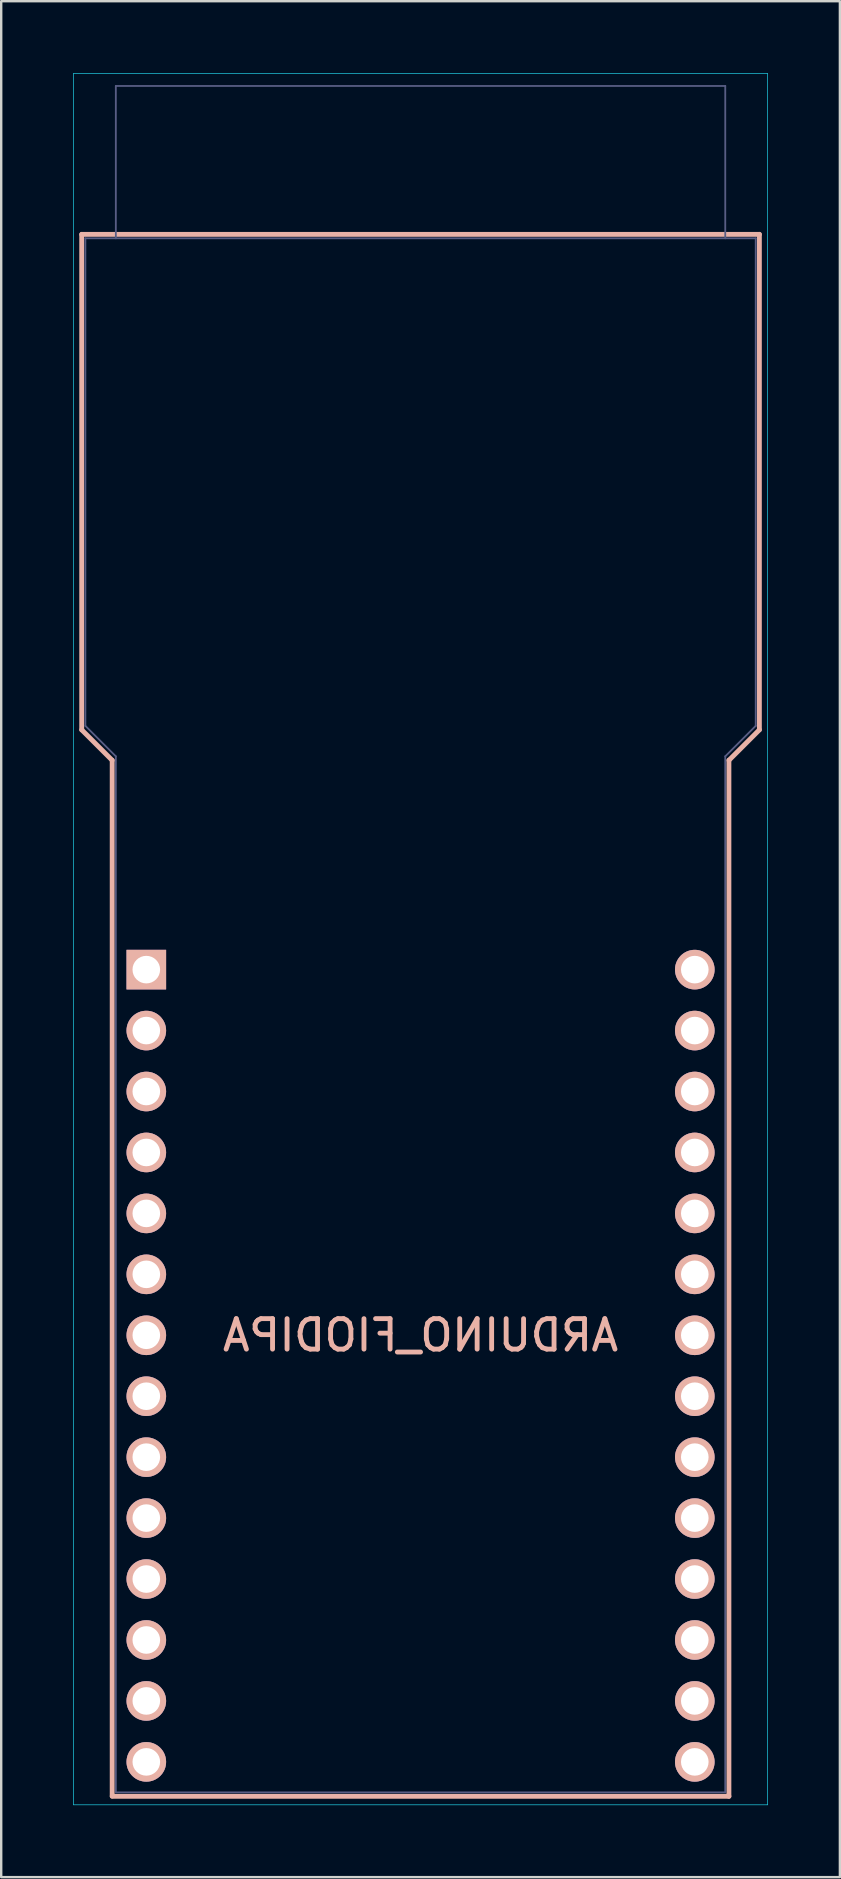
<source format=kicad_pcb>
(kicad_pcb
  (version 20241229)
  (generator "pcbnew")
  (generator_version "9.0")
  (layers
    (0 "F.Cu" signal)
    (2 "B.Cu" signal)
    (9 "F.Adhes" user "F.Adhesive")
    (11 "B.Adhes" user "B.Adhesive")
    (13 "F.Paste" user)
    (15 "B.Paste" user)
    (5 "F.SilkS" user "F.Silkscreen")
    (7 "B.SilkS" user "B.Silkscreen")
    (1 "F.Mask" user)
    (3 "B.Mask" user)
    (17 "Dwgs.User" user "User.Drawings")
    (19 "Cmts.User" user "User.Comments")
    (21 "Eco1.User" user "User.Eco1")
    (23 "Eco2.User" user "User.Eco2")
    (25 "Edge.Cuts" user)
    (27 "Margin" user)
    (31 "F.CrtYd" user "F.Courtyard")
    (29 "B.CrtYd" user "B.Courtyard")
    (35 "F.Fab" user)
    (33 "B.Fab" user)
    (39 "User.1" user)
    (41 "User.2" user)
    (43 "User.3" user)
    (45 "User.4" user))
  (footprint "ARDUINO_FIODIPA"
    (layer "F.Cu")
    (at 14.478 53.873)
    (property "Reference" "ARDUINO_FIODIPA" (at 0 -1.27 0) (layer "B.SilkS") (effects (font (size 1.27 1.27) (thickness 0.203)) (justify mirror)))
    (attr through_hole)
    (fp_line (start -14.122 -47.155) (end -14.122 -26.505) (stroke (width 0.203) (type solid)) (layer "B.SilkS"))
    (fp_line (start -14.122 -26.505) (end -12.852 -25.235) (stroke (width 0.203) (type solid)) (layer "B.SilkS"))
    (fp_line (start -12.852 -25.235) (end -12.852 17.932) (stroke (width 0.203) (type solid)) (layer "B.SilkS"))
    (fp_line (start -12.852 17.945) (end 12.852 17.945) (stroke (width 0.203) (type solid)) (layer "B.SilkS"))
    (fp_line (start 12.852 -25.235) (end 14.122 -26.505) (stroke (width 0.203) (type solid)) (layer "B.SilkS"))
    (fp_line (start 12.852 17.945) (end 12.852 -25.235) (stroke (width 0.203) (type solid)) (layer "B.SilkS"))
    (fp_line (start 14.122 -47.155) (end -14.122 -47.155) (stroke (width 0.203) (type solid)) (layer "B.SilkS"))
    (fp_line (start 14.122 -26.505) (end 14.122 -47.155) (stroke (width 0.203) (type solid)) (layer "B.SilkS"))
    (fp_line (start -14.465 -53.861) (end -14.465 18.301) (stroke (width 0.025) (type solid)) (layer "B.CrtYd"))
    (fp_line (start -14.465 18.301) (end 14.465 18.301) (stroke (width 0.025) (type solid)) (layer "B.CrtYd"))
    (fp_line (start 14.465 -53.861) (end -14.465 -53.861) (stroke (width 0.025) (type solid)) (layer "B.CrtYd"))
    (fp_line (start 14.465 18.301) (end 14.465 -53.861) (stroke (width 0.025) (type solid)) (layer "B.CrtYd"))
    (fp_line (start -13.97 -46.99) (end -13.97 -26.67) (stroke (width 0.076) (type solid)) (layer "B.Fab"))
    (fp_line (start -13.97 -26.67) (end -12.7 -25.4) (stroke (width 0.076) (type solid)) (layer "B.Fab"))
    (fp_line (start -12.7 -53.34) (end -12.7 -46.99) (stroke (width 0.076) (type solid)) (layer "B.Fab"))
    (fp_line (start -12.7 -25.4) (end -12.7 17.78) (stroke (width 0.076) (type solid)) (layer "B.Fab"))
    (fp_line (start -12.7 17.78) (end 12.7 17.78) (stroke (width 0.076) (type solid)) (layer "B.Fab"))
    (fp_line (start 12.7 -53.34) (end -12.7 -53.34) (stroke (width 0.076) (type solid)) (layer "B.Fab"))
    (fp_line (start 12.7 -46.99) (end 12.7 -53.34) (stroke (width 0.076) (type solid)) (layer "B.Fab"))
    (fp_line (start 12.7 -25.4) (end 13.97 -26.67) (stroke (width 0.076) (type solid)) (layer "B.Fab"))
    (fp_line (start 12.7 17.78) (end 12.7 -25.4) (stroke (width 0.076) (type solid)) (layer "B.Fab"))
    (fp_line (start 13.97 -46.99) (end -13.97 -46.99) (stroke (width 0.076) (type solid)) (layer "B.Fab"))
    (fp_line (start 13.97 -26.67) (end 13.97 -46.99) (stroke (width 0.076) (type solid)) (layer "B.Fab"))
    (pad "1" thru_hole rect (at -11.43 -16.51) (size 1.65 1.65) (drill 1.15) (layers "*.Cu" "*.Mask" "B.SilkS"))
    (pad "2" thru_hole circle (at -11.43 -13.97) (size 1.65 1.65) (drill 1.15) (layers "*.Cu" "*.Mask" "B.SilkS"))
    (pad "3" thru_hole circle (at -11.43 -11.43) (size 1.65 1.65) (drill 1.15) (layers "*.Cu" "*.Mask" "B.SilkS"))
    (pad "4" thru_hole circle (at -11.43 -8.89) (size 1.65 1.65) (drill 1.15) (layers "*.Cu" "*.Mask" "B.SilkS"))
    (pad "5" thru_hole circle (at -11.43 -6.35) (size 1.65 1.65) (drill 1.15) (layers "*.Cu" "*.Mask" "B.SilkS"))
    (pad "6" thru_hole circle (at -11.43 -3.81) (size 1.65 1.65) (drill 1.15) (layers "*.Cu" "*.Mask" "B.SilkS"))
    (pad "7" thru_hole circle (at -11.43 -1.27) (size 1.65 1.65) (drill 1.15) (layers "*.Cu" "*.Mask" "B.SilkS"))
    (pad "8" thru_hole circle (at -11.43 1.27) (size 1.65 1.65) (drill 1.15) (layers "*.Cu" "*.Mask" "B.SilkS"))
    (pad "9" thru_hole circle (at -11.43 3.81) (size 1.65 1.65) (drill 1.15) (layers "*.Cu" "*.Mask" "B.SilkS"))
    (pad "10" thru_hole circle (at -11.43 6.35) (size 1.65 1.65) (drill 1.15) (layers "*.Cu" "*.Mask" "B.SilkS"))
    (pad "11" thru_hole circle (at -11.43 8.89) (size 1.65 1.65) (drill 1.15) (layers "*.Cu" "*.Mask" "B.SilkS"))
    (pad "12" thru_hole circle (at -11.43 11.43) (size 1.65 1.65) (drill 1.15) (layers "*.Cu" "*.Mask" "B.SilkS"))
    (pad "13" thru_hole circle (at -11.43 13.97) (size 1.65 1.65) (drill 1.15) (layers "*.Cu" "*.Mask" "B.SilkS"))
    (pad "14" thru_hole circle (at -11.43 16.51) (size 1.65 1.65) (drill 1.15) (layers "*.Cu" "*.Mask" "B.SilkS"))
    (pad "15" thru_hole circle (at 11.43 16.51) (size 1.65 1.65) (drill 1.15) (layers "*.Cu" "*.Mask" "B.SilkS"))
    (pad "16" thru_hole circle (at 11.43 13.97) (size 1.65 1.65) (drill 1.15) (layers "*.Cu" "*.Mask" "B.SilkS"))
    (pad "17" thru_hole circle (at 11.43 11.43) (size 1.65 1.65) (drill 1.15) (layers "*.Cu" "*.Mask" "B.SilkS"))
    (pad "18" thru_hole circle (at 11.43 8.89) (size 1.65 1.65) (drill 1.15) (layers "*.Cu" "*.Mask" "B.SilkS"))
    (pad "19" thru_hole circle (at 11.43 6.35) (size 1.65 1.65) (drill 1.15) (layers "*.Cu" "*.Mask" "B.SilkS"))
    (pad "20" thru_hole circle (at 11.43 3.81) (size 1.65 1.65) (drill 1.15) (layers "*.Cu" "*.Mask" "B.SilkS"))
    (pad "21" thru_hole circle (at 11.43 1.27) (size 1.65 1.65) (drill 1.15) (layers "*.Cu" "*.Mask" "B.SilkS"))
    (pad "22" thru_hole circle (at 11.43 -1.27) (size 1.65 1.65) (drill 1.15) (layers "*.Cu" "*.Mask" "B.SilkS"))
    (pad "23" thru_hole circle (at 11.43 -3.81) (size 1.65 1.65) (drill 1.15) (layers "*.Cu" "*.Mask" "B.SilkS"))
    (pad "24" thru_hole circle (at 11.43 -6.35) (size 1.65 1.65) (drill 1.15) (layers "*.Cu" "*.Mask" "B.SilkS"))
    (pad "25" thru_hole circle (at 11.43 -8.89) (size 1.65 1.65) (drill 1.15) (layers "*.Cu" "*.Mask" "B.SilkS"))
    (pad "26" thru_hole circle (at 11.43 -11.43) (size 1.65 1.65) (drill 1.15) (layers "*.Cu" "*.Mask" "B.SilkS"))
    (pad "27" thru_hole circle (at 11.43 -13.97) (size 1.65 1.65) (drill 1.15) (layers "*.Cu" "*.Mask" "B.SilkS"))
    (pad "28" thru_hole circle (at 11.43 -16.51) (size 1.65 1.65) (drill 1.15) (layers "*.Cu" "*.Mask" "B.SilkS")))
  (gr_rect
    (start -3 -3)
    (end 31.956 75.187)
    (stroke (width 0.1) (type default))
    (fill no)
    (layer "Edge.Cuts")))
</source>
